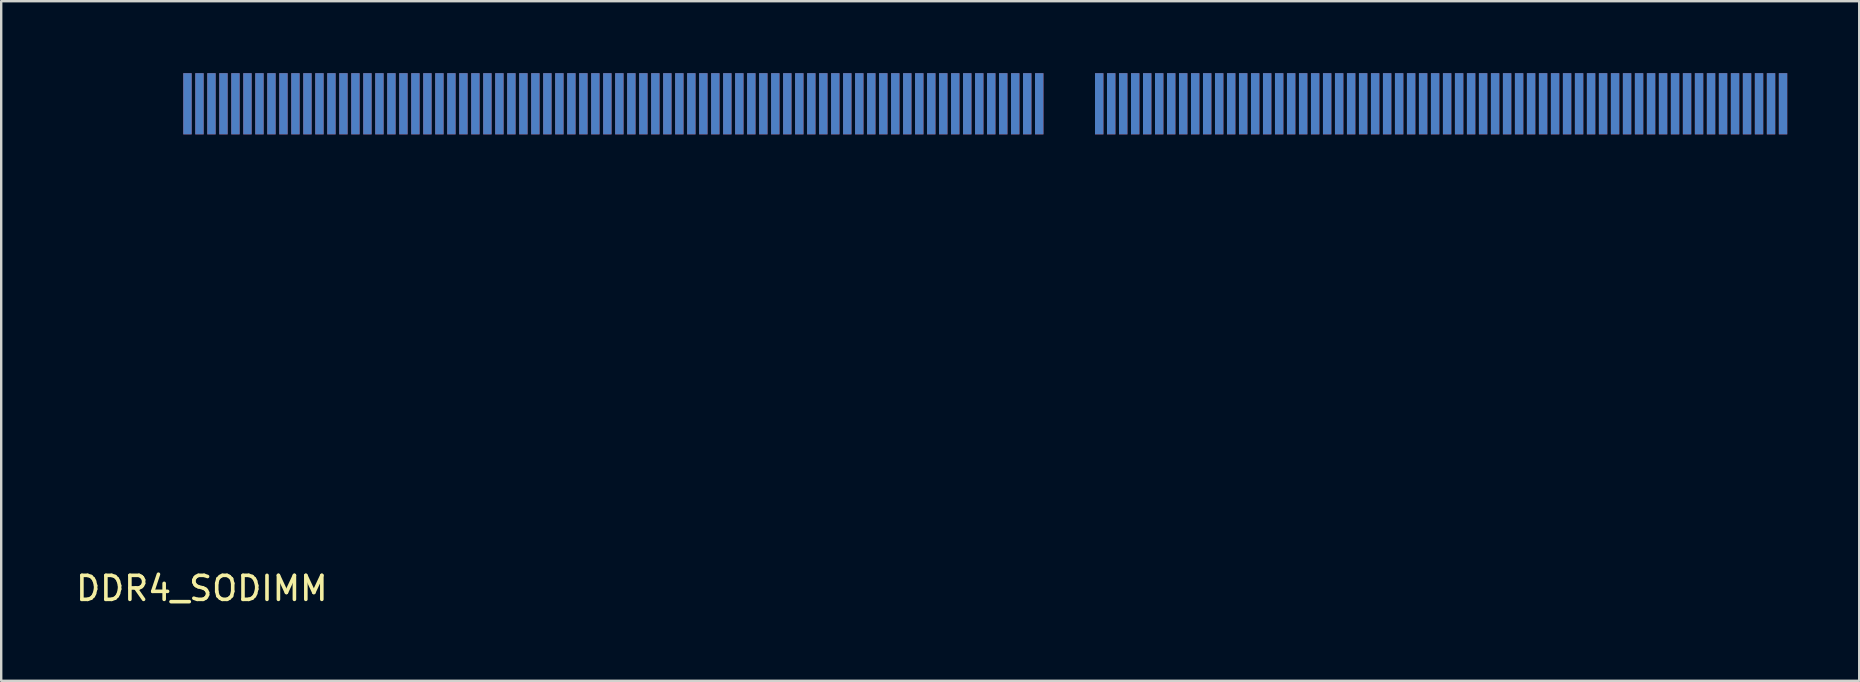
<source format=kicad_pcb>
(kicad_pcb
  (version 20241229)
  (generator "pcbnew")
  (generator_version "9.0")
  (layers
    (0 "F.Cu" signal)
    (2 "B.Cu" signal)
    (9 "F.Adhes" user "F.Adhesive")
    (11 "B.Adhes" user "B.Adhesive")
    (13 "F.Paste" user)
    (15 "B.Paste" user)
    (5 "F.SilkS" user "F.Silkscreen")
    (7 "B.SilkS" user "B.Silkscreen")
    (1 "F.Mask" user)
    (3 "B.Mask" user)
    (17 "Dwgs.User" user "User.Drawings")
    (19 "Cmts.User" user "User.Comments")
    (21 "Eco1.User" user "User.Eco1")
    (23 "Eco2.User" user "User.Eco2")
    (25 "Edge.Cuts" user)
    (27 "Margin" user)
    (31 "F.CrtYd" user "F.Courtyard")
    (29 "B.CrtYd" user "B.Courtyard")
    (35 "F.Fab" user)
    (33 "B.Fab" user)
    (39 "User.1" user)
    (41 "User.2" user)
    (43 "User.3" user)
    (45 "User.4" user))
  (footprint "DDR4_SODIMM"
    (layer "F.Cu")
    (at 4.763 1.275)
    (property "Reference" "DDR4_SODIMM" (at 0.6 20.2 0) (layer "F.SilkS") (effects (font (size 1 1) (thickness 0.15))))
    (attr through_hole)
    (pad "1" smd rect (at 0 0) (size 0.35 2.55) (layers "F.Cu" "F.Mask" "F.Paste"))
    (pad "2" smd rect (at 0 0) (size 0.35 2.55) (layers "B.Cu" "B.Mask" "B.Paste"))
    (pad "3" smd rect (at 0.5 0) (size 0.35 2.55) (layers "F.Cu" "F.Mask" "F.Paste"))
    (pad "4" smd rect (at 0.5 0) (size 0.35 2.55) (layers "B.Cu" "B.Mask" "B.Paste"))
    (pad "5" smd rect (at 1 0) (size 0.35 2.55) (layers "F.Cu" "F.Mask" "F.Paste"))
    (pad "6" smd rect (at 1 0) (size 0.35 2.55) (layers "B.Cu" "B.Mask" "B.Paste"))
    (pad "7" smd rect (at 1.5 0) (size 0.35 2.55) (layers "F.Cu" "F.Mask" "F.Paste"))
    (pad "8" smd rect (at 1.5 0) (size 0.35 2.55) (layers "B.Cu" "B.Mask" "B.Paste"))
    (pad "9" smd rect (at 2 0) (size 0.35 2.55) (layers "F.Cu" "F.Mask" "F.Paste"))
    (pad "10" smd rect (at 2 0) (size 0.35 2.55) (layers "B.Cu" "B.Mask" "B.Paste"))
    (pad "11" smd rect (at 2.5 0) (size 0.35 2.55) (layers "F.Cu" "F.Mask" "F.Paste"))
    (pad "12" smd rect (at 2.5 0) (size 0.35 2.55) (layers "B.Cu" "B.Mask" "B.Paste"))
    (pad "13" smd rect (at 3 0) (size 0.35 2.55) (layers "F.Cu" "F.Mask" "F.Paste"))
    (pad "14" smd rect (at 3 0) (size 0.35 2.55) (layers "B.Cu" "B.Mask" "B.Paste"))
    (pad "15" smd rect (at 3.5 0) (size 0.35 2.55) (layers "F.Cu" "F.Mask" "F.Paste"))
    (pad "16" smd rect (at 3.5 0) (size 0.35 2.55) (layers "B.Cu" "B.Mask" "B.Paste"))
    (pad "17" smd rect (at 4 0) (size 0.35 2.55) (layers "F.Cu" "F.Mask" "F.Paste"))
    (pad "18" smd rect (at 4 0) (size 0.35 2.55) (layers "B.Cu" "B.Mask" "B.Paste"))
    (pad "19" smd rect (at 4.5 0) (size 0.35 2.55) (layers "F.Cu" "F.Mask" "F.Paste"))
    (pad "20" smd rect (at 4.5 0) (size 0.35 2.55) (layers "B.Cu" "B.Mask" "B.Paste"))
    (pad "21" smd rect (at 5 0) (size 0.35 2.55) (layers "F.Cu" "F.Mask" "F.Paste"))
    (pad "22" smd rect (at 5 0) (size 0.35 2.55) (layers "B.Cu" "B.Mask" "B.Paste"))
    (pad "23" smd rect (at 5.5 0) (size 0.35 2.55) (layers "F.Cu" "F.Mask" "F.Paste"))
    (pad "24" smd rect (at 5.5 0) (size 0.35 2.55) (layers "B.Cu" "B.Mask" "B.Paste"))
    (pad "25" smd rect (at 6 0) (size 0.35 2.55) (layers "F.Cu" "F.Mask" "F.Paste"))
    (pad "26" smd rect (at 6 0) (size 0.35 2.55) (layers "B.Cu" "B.Mask" "B.Paste"))
    (pad "27" smd rect (at 6.5 0) (size 0.35 2.55) (layers "F.Cu" "F.Mask" "F.Paste"))
    (pad "28" smd rect (at 6.5 0) (size 0.35 2.55) (layers "B.Cu" "B.Mask" "B.Paste"))
    (pad "29" smd rect (at 7 0) (size 0.35 2.55) (layers "F.Cu" "F.Mask" "F.Paste"))
    (pad "30" smd rect (at 7 0) (size 0.35 2.55) (layers "B.Cu" "B.Mask" "B.Paste"))
    (pad "31" smd rect (at 7.5 0) (size 0.35 2.55) (layers "F.Cu" "F.Mask" "F.Paste"))
    (pad "32" smd rect (at 7.5 0) (size 0.35 2.55) (layers "B.Cu" "B.Mask" "B.Paste"))
    (pad "33" smd rect (at 8 0) (size 0.35 2.55) (layers "F.Cu" "F.Mask" "F.Paste"))
    (pad "34" smd rect (at 8 0) (size 0.35 2.55) (layers "B.Cu" "B.Mask" "B.Paste"))
    (pad "35" smd rect (at 8.5 0) (size 0.35 2.55) (layers "F.Cu" "F.Mask" "F.Paste"))
    (pad "36" smd rect (at 8.5 0) (size 0.35 2.55) (layers "B.Cu" "B.Mask" "B.Paste"))
    (pad "37" smd rect (at 9 0) (size 0.35 2.55) (layers "F.Cu" "F.Mask" "F.Paste"))
    (pad "38" smd rect (at 9 0) (size 0.35 2.55) (layers "B.Cu" "B.Mask" "B.Paste"))
    (pad "39" smd rect (at 9.5 0) (size 0.35 2.55) (layers "F.Cu" "F.Mask" "F.Paste"))
    (pad "40" smd rect (at 9.5 0) (size 0.35 2.55) (layers "B.Cu" "B.Mask" "B.Paste"))
    (pad "41" smd rect (at 10 0) (size 0.35 2.55) (layers "F.Cu" "F.Mask" "F.Paste"))
    (pad "42" smd rect (at 10 0) (size 0.35 2.55) (layers "B.Cu" "B.Mask" "B.Paste"))
    (pad "43" smd rect (at 10.5 0) (size 0.35 2.55) (layers "F.Cu" "F.Mask" "F.Paste"))
    (pad "44" smd rect (at 10.5 0) (size 0.35 2.55) (layers "B.Cu" "B.Mask" "B.Paste"))
    (pad "45" smd rect (at 11 0) (size 0.35 2.55) (layers "F.Cu" "F.Mask" "F.Paste"))
    (pad "46" smd rect (at 11 0) (size 0.35 2.55) (layers "B.Cu" "B.Mask" "B.Paste"))
    (pad "47" smd rect (at 11.5 0) (size 0.35 2.55) (layers "F.Cu" "F.Mask" "F.Paste"))
    (pad "48" smd rect (at 11.5 0) (size 0.35 2.55) (layers "B.Cu" "B.Mask" "B.Paste"))
    (pad "49" smd rect (at 12 0) (size 0.35 2.55) (layers "F.Cu" "F.Mask" "F.Paste"))
    (pad "50" smd rect (at 12 0) (size 0.35 2.55) (layers "B.Cu" "B.Mask" "B.Paste"))
    (pad "51" smd rect (at 12.5 0) (size 0.35 2.55) (layers "F.Cu" "F.Mask" "F.Paste"))
    (pad "52" smd rect (at 12.5 0) (size 0.35 2.55) (layers "B.Cu" "B.Mask" "B.Paste"))
    (pad "53" smd rect (at 13 0) (size 0.35 2.55) (layers "F.Cu" "F.Mask" "F.Paste"))
    (pad "54" smd rect (at 13 0) (size 0.35 2.55) (layers "B.Cu" "B.Mask" "B.Paste"))
    (pad "55" smd rect (at 13.5 0) (size 0.35 2.55) (layers "F.Cu" "F.Mask" "F.Paste"))
    (pad "56" smd rect (at 13.5 0) (size 0.35 2.55) (layers "B.Cu" "B.Mask" "B.Paste"))
    (pad "57" smd rect (at 14 0) (size 0.35 2.55) (layers "F.Cu" "F.Mask" "F.Paste"))
    (pad "58" smd rect (at 14 0) (size 0.35 2.55) (layers "B.Cu" "B.Mask" "B.Paste"))
    (pad "59" smd rect (at 14.5 0) (size 0.35 2.55) (layers "F.Cu" "F.Mask" "F.Paste"))
    (pad "60" smd rect (at 14.5 0) (size 0.35 2.55) (layers "B.Cu" "B.Mask" "B.Paste"))
    (pad "61" smd rect (at 15 0) (size 0.35 2.55) (layers "F.Cu" "F.Mask" "F.Paste"))
    (pad "62" smd rect (at 15 0) (size 0.35 2.55) (layers "B.Cu" "B.Mask" "B.Paste"))
    (pad "63" smd rect (at 15.5 0) (size 0.35 2.55) (layers "F.Cu" "F.Mask" "F.Paste"))
    (pad "64" smd rect (at 15.5 0) (size 0.35 2.55) (layers "B.Cu" "B.Mask" "B.Paste"))
    (pad "65" smd rect (at 16 0) (size 0.35 2.55) (layers "F.Cu" "F.Mask" "F.Paste"))
    (pad "66" smd rect (at 16 0) (size 0.35 2.55) (layers "B.Cu" "B.Mask" "B.Paste"))
    (pad "67" smd rect (at 16.5 0) (size 0.35 2.55) (layers "F.Cu" "F.Mask" "F.Paste"))
    (pad "68" smd rect (at 16.5 0) (size 0.35 2.55) (layers "B.Cu" "B.Mask" "B.Paste"))
    (pad "69" smd rect (at 17 0) (size 0.35 2.55) (layers "F.Cu" "F.Mask" "F.Paste"))
    (pad "70" smd rect (at 17 0) (size 0.35 2.55) (layers "B.Cu" "B.Mask" "B.Paste"))
    (pad "71" smd rect (at 17.5 0) (size 0.35 2.55) (layers "F.Cu" "F.Mask" "F.Paste"))
    (pad "72" smd rect (at 17.5 0) (size 0.35 2.55) (layers "B.Cu" "B.Mask" "B.Paste"))
    (pad "73" smd rect (at 18 0) (size 0.35 2.55) (layers "F.Cu" "F.Mask" "F.Paste"))
    (pad "74" smd rect (at 18 0) (size 0.35 2.55) (layers "B.Cu" "B.Mask" "B.Paste"))
    (pad "75" smd rect (at 18.5 0) (size 0.35 2.55) (layers "F.Cu" "F.Mask" "F.Paste"))
    (pad "76" smd rect (at 18.5 0) (size 0.35 2.55) (layers "B.Cu" "B.Mask" "B.Paste"))
    (pad "77" smd rect (at 19 0) (size 0.35 2.55) (layers "F.Cu" "F.Mask" "F.Paste"))
    (pad "78" smd rect (at 19 0) (size 0.35 2.55) (layers "B.Cu" "B.Mask" "B.Paste"))
    (pad "79" smd rect (at 19.5 0) (size 0.35 2.55) (layers "F.Cu" "F.Mask" "F.Paste"))
    (pad "80" smd rect (at 19.5 0) (size 0.35 2.55) (layers "B.Cu" "B.Mask" "B.Paste"))
    (pad "81" smd rect (at 20 0) (size 0.35 2.55) (layers "F.Cu" "F.Mask" "F.Paste"))
    (pad "82" smd rect (at 20 0) (size 0.35 2.55) (layers "B.Cu" "B.Mask" "B.Paste"))
    (pad "83" smd rect (at 20.5 0) (size 0.35 2.55) (layers "F.Cu" "F.Mask" "F.Paste"))
    (pad "84" smd rect (at 20.5 0) (size 0.35 2.55) (layers "B.Cu" "B.Mask" "B.Paste"))
    (pad "85" smd rect (at 21 0) (size 0.35 2.55) (layers "F.Cu" "F.Mask" "F.Paste"))
    (pad "86" smd rect (at 21 0) (size 0.35 2.55) (layers "B.Cu" "B.Mask" "B.Paste"))
    (pad "87" smd rect (at 21.5 0) (size 0.35 2.55) (layers "F.Cu" "F.Mask" "F.Paste"))
    (pad "88" smd rect (at 21.5 0) (size 0.35 2.55) (layers "B.Cu" "B.Mask" "B.Paste"))
    (pad "89" smd rect (at 22 0) (size 0.35 2.55) (layers "F.Cu" "F.Mask" "F.Paste"))
    (pad "90" smd rect (at 22 0) (size 0.35 2.55) (layers "B.Cu" "B.Mask" "B.Paste"))
    (pad "91" smd rect (at 22.5 0) (size 0.35 2.55) (layers "F.Cu" "F.Mask" "F.Paste"))
    (pad "92" smd rect (at 22.5 0) (size 0.35 2.55) (layers "B.Cu" "B.Mask" "B.Paste"))
    (pad "93" smd rect (at 23 0) (size 0.35 2.55) (layers "F.Cu" "F.Mask" "F.Paste"))
    (pad "94" smd rect (at 23 0) (size 0.35 2.55) (layers "B.Cu" "B.Mask" "B.Paste"))
    (pad "95" smd rect (at 23.5 0) (size 0.35 2.55) (layers "F.Cu" "F.Mask" "F.Paste"))
    (pad "96" smd rect (at 23.5 0) (size 0.35 2.55) (layers "B.Cu" "B.Mask" "B.Paste"))
    (pad "97" smd rect (at 24 0) (size 0.35 2.55) (layers "F.Cu" "F.Mask" "F.Paste"))
    (pad "98" smd rect (at 24 0) (size 0.35 2.55) (layers "B.Cu" "B.Mask" "B.Paste"))
    (pad "99" smd rect (at 24.5 0) (size 0.35 2.55) (layers "F.Cu" "F.Mask" "F.Paste"))
    (pad "100" smd rect (at 24.5 0) (size 0.35 2.55) (layers "B.Cu" "B.Mask" "B.Paste"))
    (pad "101" smd rect (at 25 0) (size 0.35 2.55) (layers "F.Cu" "F.Mask" "F.Paste"))
    (pad "102" smd rect (at 25 0) (size 0.35 2.55) (layers "B.Cu" "B.Mask" "B.Paste"))
    (pad "103" smd rect (at 25.5 0) (size 0.35 2.55) (layers "F.Cu" "F.Mask" "F.Paste"))
    (pad "104" smd rect (at 25.5 0) (size 0.35 2.55) (layers "B.Cu" "B.Mask" "B.Paste"))
    (pad "105" smd rect (at 26 0) (size 0.35 2.55) (layers "F.Cu" "F.Mask" "F.Paste"))
    (pad "106" smd rect (at 26 0) (size 0.35 2.55) (layers "B.Cu" "B.Mask" "B.Paste"))
    (pad "107" smd rect (at 26.5 0) (size 0.35 2.55) (layers "F.Cu" "F.Mask" "F.Paste"))
    (pad "108" smd rect (at 26.5 0) (size 0.35 2.55) (layers "B.Cu" "B.Mask" "B.Paste"))
    (pad "109" smd rect (at 27 0) (size 0.35 2.55) (layers "F.Cu" "F.Mask" "F.Paste"))
    (pad "110" smd rect (at 27 0) (size 0.35 2.55) (layers "B.Cu" "B.Mask" "B.Paste"))
    (pad "111" smd rect (at 27.5 0) (size 0.35 2.55) (layers "F.Cu" "F.Mask" "F.Paste"))
    (pad "112" smd rect (at 27.5 0) (size 0.35 2.55) (layers "B.Cu" "B.Mask" "B.Paste"))
    (pad "113" smd rect (at 28 0) (size 0.35 2.55) (layers "F.Cu" "F.Mask" "F.Paste"))
    (pad "114" smd rect (at 28 0) (size 0.35 2.55) (layers "B.Cu" "B.Mask" "B.Paste"))
    (pad "115" smd rect (at 28.5 0) (size 0.35 2.55) (layers "F.Cu" "F.Mask" "F.Paste"))
    (pad "116" smd rect (at 28.5 0) (size 0.35 2.55) (layers "B.Cu" "B.Mask" "B.Paste"))
    (pad "117" smd rect (at 29 0) (size 0.35 2.55) (layers "F.Cu" "F.Mask" "F.Paste"))
    (pad "118" smd rect (at 29 0) (size 0.35 2.55) (layers "B.Cu" "B.Mask" "B.Paste"))
    (pad "119" smd rect (at 29.5 0) (size 0.35 2.55) (layers "F.Cu" "F.Mask" "F.Paste"))
    (pad "120" smd rect (at 29.5 0) (size 0.35 2.55) (layers "B.Cu" "B.Mask" "B.Paste"))
    (pad "121" smd rect (at 30 0) (size 0.35 2.55) (layers "F.Cu" "F.Mask" "F.Paste"))
    (pad "122" smd rect (at 30 0) (size 0.35 2.55) (layers "B.Cu" "B.Mask" "B.Paste"))
    (pad "123" smd rect (at 30.5 0) (size 0.35 2.55) (layers "F.Cu" "F.Mask" "F.Paste"))
    (pad "124" smd rect (at 30.5 0) (size 0.35 2.55) (layers "B.Cu" "B.Mask" "B.Paste"))
    (pad "125" smd rect (at 31 0) (size 0.35 2.55) (layers "F.Cu" "F.Mask" "F.Paste"))
    (pad "126" smd rect (at 31 0) (size 0.35 2.55) (layers "B.Cu" "B.Mask" "B.Paste"))
    (pad "127" smd rect (at 31.5 0) (size 0.35 2.55) (layers "F.Cu" "F.Mask" "F.Paste"))
    (pad "128" smd rect (at 31.5 0) (size 0.35 2.55) (layers "B.Cu" "B.Mask" "B.Paste"))
    (pad "129" smd rect (at 32 0) (size 0.35 2.55) (layers "F.Cu" "F.Mask" "F.Paste"))
    (pad "130" smd rect (at 32 0) (size 0.35 2.55) (layers "B.Cu" "B.Mask" "B.Paste"))
    (pad "131" smd rect (at 32.5 0) (size 0.35 2.55) (layers "F.Cu" "F.Mask" "F.Paste"))
    (pad "132" smd rect (at 32.5 0) (size 0.35 2.55) (layers "B.Cu" "B.Mask" "B.Paste"))
    (pad "133" smd rect (at 33 0) (size 0.35 2.55) (layers "F.Cu" "F.Mask" "F.Paste"))
    (pad "134" smd rect (at 33 0) (size 0.35 2.55) (layers "B.Cu" "B.Mask" "B.Paste"))
    (pad "135" smd rect (at 33.5 0) (size 0.35 2.55) (layers "F.Cu" "F.Mask" "F.Paste"))
    (pad "136" smd rect (at 33.5 0) (size 0.35 2.55) (layers "B.Cu" "B.Mask" "B.Paste"))
    (pad "137" smd rect (at 34 0) (size 0.35 2.55) (layers "F.Cu" "F.Mask" "F.Paste"))
    (pad "138" smd rect (at 34 0) (size 0.35 2.55) (layers "B.Cu" "B.Mask" "B.Paste"))
    (pad "139" smd rect (at 34.5 0) (size 0.35 2.55) (layers "F.Cu" "F.Mask" "F.Paste"))
    (pad "140" smd rect (at 34.5 0) (size 0.35 2.55) (layers "B.Cu" "B.Mask" "B.Paste"))
    (pad "141" smd rect (at 35 0) (size 0.35 2.55) (layers "F.Cu" "F.Mask" "F.Paste"))
    (pad "142" smd rect (at 35 0) (size 0.35 2.55) (layers "B.Cu" "B.Mask" "B.Paste"))
    (pad "143" smd rect (at 35.5 0) (size 0.35 2.55) (layers "F.Cu" "F.Mask" "F.Paste"))
    (pad "144" smd rect (at 35.5 0) (size 0.35 2.55) (layers "B.Cu" "B.Mask" "B.Paste"))
    (pad "145" smd rect (at 38 0) (size 0.35 2.55) (layers "F.Cu" "F.Mask" "F.Paste"))
    (pad "146" smd rect (at 38 0) (size 0.35 2.55) (layers "B.Cu" "B.Mask" "B.Paste"))
    (pad "147" smd rect (at 38.5 0) (size 0.35 2.55) (layers "F.Cu" "F.Mask" "F.Paste"))
    (pad "148" smd rect (at 38.5 0) (size 0.35 2.55) (layers "B.Cu" "B.Mask" "B.Paste"))
    (pad "149" smd rect (at 39 0) (size 0.35 2.55) (layers "F.Cu" "F.Mask" "F.Paste"))
    (pad "150" smd rect (at 39 0) (size 0.35 2.55) (layers "B.Cu" "B.Mask" "B.Paste"))
    (pad "151" smd rect (at 39.5 0) (size 0.35 2.55) (layers "F.Cu" "F.Mask" "F.Paste"))
    (pad "152" smd rect (at 39.5 0) (size 0.35 2.55) (layers "B.Cu" "B.Mask" "B.Paste"))
    (pad "153" smd rect (at 40 0) (size 0.35 2.55) (layers "F.Cu" "F.Mask" "F.Paste"))
    (pad "154" smd rect (at 40 0) (size 0.35 2.55) (layers "B.Cu" "B.Mask" "B.Paste"))
    (pad "155" smd rect (at 40.5 0) (size 0.35 2.55) (layers "F.Cu" "F.Mask" "F.Paste"))
    (pad "156" smd rect (at 40.5 0) (size 0.35 2.55) (layers "B.Cu" "B.Mask" "B.Paste"))
    (pad "157" smd rect (at 41 0) (size 0.35 2.55) (layers "F.Cu" "F.Mask" "F.Paste"))
    (pad "158" smd rect (at 41 0) (size 0.35 2.55) (layers "B.Cu" "B.Mask" "B.Paste"))
    (pad "159" smd rect (at 41.5 0) (size 0.35 2.55) (layers "F.Cu" "F.Mask" "F.Paste"))
    (pad "160" smd rect (at 41.5 0) (size 0.35 2.55) (layers "B.Cu" "B.Mask" "B.Paste"))
    (pad "161" smd rect (at 42 0) (size 0.35 2.55) (layers "F.Cu" "F.Mask" "F.Paste"))
    (pad "162" smd rect (at 42 0) (size 0.35 2.55) (layers "B.Cu" "B.Mask" "B.Paste"))
    (pad "163" smd rect (at 42.5 0) (size 0.35 2.55) (layers "F.Cu" "F.Mask" "F.Paste"))
    (pad "164" smd rect (at 42.5 0) (size 0.35 2.55) (layers "B.Cu" "B.Mask" "B.Paste"))
    (pad "165" smd rect (at 43 0) (size 0.35 2.55) (layers "F.Cu" "F.Mask" "F.Paste"))
    (pad "166" smd rect (at 43 0) (size 0.35 2.55) (layers "B.Cu" "B.Mask" "B.Paste"))
    (pad "167" smd rect (at 43.5 0) (size 0.35 2.55) (layers "F.Cu" "F.Mask" "F.Paste"))
    (pad "168" smd rect (at 43.5 0) (size 0.35 2.55) (layers "B.Cu" "B.Mask" "B.Paste"))
    (pad "169" smd rect (at 44 0) (size 0.35 2.55) (layers "F.Cu" "F.Mask" "F.Paste"))
    (pad "170" smd rect (at 44 0) (size 0.35 2.55) (layers "B.Cu" "B.Mask" "B.Paste"))
    (pad "171" smd rect (at 44.5 0) (size 0.35 2.55) (layers "F.Cu" "F.Mask" "F.Paste"))
    (pad "172" smd rect (at 44.5 0) (size 0.35 2.55) (layers "B.Cu" "B.Mask" "B.Paste"))
    (pad "173" smd rect (at 45 0) (size 0.35 2.55) (layers "F.Cu" "F.Mask" "F.Paste"))
    (pad "174" smd rect (at 45 0) (size 0.35 2.55) (layers "B.Cu" "B.Mask" "B.Paste"))
    (pad "175" smd rect (at 45.5 0) (size 0.35 2.55) (layers "F.Cu" "F.Mask" "F.Paste"))
    (pad "176" smd rect (at 45.5 0) (size 0.35 2.55) (layers "B.Cu" "B.Mask" "B.Paste"))
    (pad "177" smd rect (at 46 0) (size 0.35 2.55) (layers "F.Cu" "F.Mask" "F.Paste"))
    (pad "178" smd rect (at 46 0) (size 0.35 2.55) (layers "B.Cu" "B.Mask" "B.Paste"))
    (pad "179" smd rect (at 46.5 0) (size 0.35 2.55) (layers "F.Cu" "F.Mask" "F.Paste"))
    (pad "180" smd rect (at 46.5 0) (size 0.35 2.55) (layers "B.Cu" "B.Mask" "B.Paste"))
    (pad "181" smd rect (at 47 0) (size 0.35 2.55) (layers "F.Cu" "F.Mask" "F.Paste"))
    (pad "182" smd rect (at 47 0) (size 0.35 2.55) (layers "B.Cu" "B.Mask" "B.Paste"))
    (pad "183" smd rect (at 47.5 0) (size 0.35 2.55) (layers "F.Cu" "F.Mask" "F.Paste"))
    (pad "184" smd rect (at 47.5 0) (size 0.35 2.55) (layers "B.Cu" "B.Mask" "B.Paste"))
    (pad "185" smd rect (at 48 0) (size 0.35 2.55) (layers "F.Cu" "F.Mask" "F.Paste"))
    (pad "186" smd rect (at 48 0) (size 0.35 2.55) (layers "B.Cu" "B.Mask" "B.Paste"))
    (pad "187" smd rect (at 48.5 0) (size 0.35 2.55) (layers "F.Cu" "F.Mask" "F.Paste"))
    (pad "188" smd rect (at 48.5 0) (size 0.35 2.55) (layers "B.Cu" "B.Mask" "B.Paste"))
    (pad "189" smd rect (at 49 0) (size 0.35 2.55) (layers "F.Cu" "F.Mask" "F.Paste"))
    (pad "190" smd rect (at 49 0) (size 0.35 2.55) (layers "B.Cu" "B.Mask" "B.Paste"))
    (pad "191" smd rect (at 49.5 0) (size 0.35 2.55) (layers "F.Cu" "F.Mask" "F.Paste"))
    (pad "192" smd rect (at 49.5 0) (size 0.35 2.55) (layers "B.Cu" "B.Mask" "B.Paste"))
    (pad "193" smd rect (at 50 0) (size 0.35 2.55) (layers "F.Cu" "F.Mask" "F.Paste"))
    (pad "194" smd rect (at 50 0) (size 0.35 2.55) (layers "B.Cu" "B.Mask" "B.Paste"))
    (pad "195" smd rect (at 50.5 0) (size 0.35 2.55) (layers "F.Cu" "F.Mask" "F.Paste"))
    (pad "196" smd rect (at 50.5 0) (size 0.35 2.55) (layers "B.Cu" "B.Mask" "B.Paste"))
    (pad "197" smd rect (at 51 0) (size 0.35 2.55) (layers "F.Cu" "F.Mask" "F.Paste"))
    (pad "198" smd rect (at 51 0) (size 0.35 2.55) (layers "B.Cu" "B.Mask" "B.Paste"))
    (pad "199" smd rect (at 51.5 0) (size 0.35 2.55) (layers "F.Cu" "F.Mask" "F.Paste"))
    (pad "200" smd rect (at 51.5 0) (size 0.35 2.55) (layers "B.Cu" "B.Mask" "B.Paste"))
    (pad "201" smd rect (at 52 0) (size 0.35 2.55) (layers "F.Cu" "F.Mask" "F.Paste"))
    (pad "202" smd rect (at 52 0) (size 0.35 2.55) (layers "B.Cu" "B.Mask" "B.Paste"))
    (pad "203" smd rect (at 52.5 0) (size 0.35 2.55) (layers "F.Cu" "F.Mask" "F.Paste"))
    (pad "204" smd rect (at 52.5 0) (size 0.35 2.55) (layers "B.Cu" "B.Mask" "B.Paste"))
    (pad "205" smd rect (at 53 0) (size 0.35 2.55) (layers "F.Cu" "F.Mask" "F.Paste"))
    (pad "206" smd rect (at 53 0) (size 0.35 2.55) (layers "B.Cu" "B.Mask" "B.Paste"))
    (pad "207" smd rect (at 53.5 0) (size 0.35 2.55) (layers "F.Cu" "F.Mask" "F.Paste"))
    (pad "208" smd rect (at 53.5 0) (size 0.35 2.55) (layers "B.Cu" "B.Mask" "B.Paste"))
    (pad "209" smd rect (at 54 0) (size 0.35 2.55) (layers "F.Cu" "F.Mask" "F.Paste"))
    (pad "210" smd rect (at 54 0) (size 0.35 2.55) (layers "B.Cu" "B.Mask" "B.Paste"))
    (pad "211" smd rect (at 54.5 0) (size 0.35 2.55) (layers "F.Cu" "F.Mask" "F.Paste"))
    (pad "212" smd rect (at 54.5 0) (size 0.35 2.55) (layers "B.Cu" "B.Mask" "B.Paste"))
    (pad "213" smd rect (at 55 0) (size 0.35 2.55) (layers "F.Cu" "F.Mask" "F.Paste"))
    (pad "214" smd rect (at 55 0) (size 0.35 2.55) (layers "B.Cu" "B.Mask" "B.Paste"))
    (pad "215" smd rect (at 55.5 0) (size 0.35 2.55) (layers "F.Cu" "F.Mask" "F.Paste"))
    (pad "216" smd rect (at 55.5 0) (size 0.35 2.55) (layers "B.Cu" "B.Mask" "B.Paste"))
    (pad "217" smd rect (at 56 0) (size 0.35 2.55) (layers "F.Cu" "F.Mask" "F.Paste"))
    (pad "218" smd rect (at 56 0) (size 0.35 2.55) (layers "B.Cu" "B.Mask" "B.Paste"))
    (pad "219" smd rect (at 56.5 0) (size 0.35 2.55) (layers "F.Cu" "F.Mask" "F.Paste"))
    (pad "220" smd rect (at 56.5 0) (size 0.35 2.55) (layers "B.Cu" "B.Mask" "B.Paste"))
    (pad "221" smd rect (at 57 0) (size 0.35 2.55) (layers "F.Cu" "F.Mask" "F.Paste"))
    (pad "222" smd rect (at 57 0) (size 0.35 2.55) (layers "B.Cu" "B.Mask" "B.Paste"))
    (pad "223" smd rect (at 57.5 0) (size 0.35 2.55) (layers "F.Cu" "F.Mask" "F.Paste"))
    (pad "224" smd rect (at 57.5 0) (size 0.35 2.55) (layers "B.Cu" "B.Mask" "B.Paste"))
    (pad "225" smd rect (at 58 0) (size 0.35 2.55) (layers "F.Cu" "F.Mask" "F.Paste"))
    (pad "226" smd rect (at 58 0) (size 0.35 2.55) (layers "B.Cu" "B.Mask" "B.Paste"))
    (pad "227" smd rect (at 58.5 0) (size 0.35 2.55) (layers "F.Cu" "F.Mask" "F.Paste"))
    (pad "228" smd rect (at 58.5 0) (size 0.35 2.55) (layers "B.Cu" "B.Mask" "B.Paste"))
    (pad "229" smd rect (at 59 0) (size 0.35 2.55) (layers "F.Cu" "F.Mask" "F.Paste"))
    (pad "230" smd rect (at 59 0) (size 0.35 2.55) (layers "B.Cu" "B.Mask" "B.Paste"))
    (pad "231" smd rect (at 59.5 0) (size 0.35 2.55) (layers "F.Cu" "F.Mask" "F.Paste"))
    (pad "232" smd rect (at 59.5 0) (size 0.35 2.55) (layers "B.Cu" "B.Mask" "B.Paste"))
    (pad "233" smd rect (at 60 0) (size 0.35 2.55) (layers "F.Cu" "F.Mask" "F.Paste"))
    (pad "234" smd rect (at 60 0) (size 0.35 2.55) (layers "B.Cu" "B.Mask" "B.Paste"))
    (pad "235" smd rect (at 60.5 0) (size 0.35 2.55) (layers "F.Cu" "F.Mask" "F.Paste"))
    (pad "236" smd rect (at 60.5 0) (size 0.35 2.55) (layers "B.Cu" "B.Mask" "B.Paste"))
    (pad "237" smd rect (at 61 0) (size 0.35 2.55) (layers "F.Cu" "F.Mask" "F.Paste"))
    (pad "238" smd rect (at 61 0) (size 0.35 2.55) (layers "B.Cu" "B.Mask" "B.Paste"))
    (pad "239" smd rect (at 61.5 0) (size 0.35 2.55) (layers "F.Cu" "F.Mask" "F.Paste"))
    (pad "240" smd rect (at 61.5 0) (size 0.35 2.55) (layers "B.Cu" "B.Mask" "B.Paste"))
    (pad "241" smd rect (at 62 0) (size 0.35 2.55) (layers "F.Cu" "F.Mask" "F.Paste"))
    (pad "242" smd rect (at 62 0) (size 0.35 2.55) (layers "B.Cu" "B.Mask" "B.Paste"))
    (pad "243" smd rect (at 62.5 0) (size 0.35 2.55) (layers "F.Cu" "F.Mask" "F.Paste"))
    (pad "244" smd rect (at 62.5 0) (size 0.35 2.55) (layers "B.Cu" "B.Mask" "B.Paste"))
    (pad "245" smd rect (at 63 0) (size 0.35 2.55) (layers "F.Cu" "F.Mask" "F.Paste"))
    (pad "246" smd rect (at 63 0) (size 0.35 2.55) (layers "B.Cu" "B.Mask" "B.Paste"))
    (pad "247" smd rect (at 63.5 0) (size 0.35 2.55) (layers "F.Cu" "F.Mask" "F.Paste"))
    (pad "248" smd rect (at 63.5 0) (size 0.35 2.55) (layers "B.Cu" "B.Mask" "B.Paste"))
    (pad "249" smd rect (at 64 0) (size 0.35 2.55) (layers "F.Cu" "F.Mask" "F.Paste"))
    (pad "250" smd rect (at 64 0) (size 0.35 2.55) (layers "B.Cu" "B.Mask" "B.Paste"))
    (pad "251" smd rect (at 64.5 0) (size 0.35 2.55) (layers "F.Cu" "F.Mask" "F.Paste"))
    (pad "252" smd rect (at 64.5 0) (size 0.35 2.55) (layers "B.Cu" "B.Mask" "B.Paste"))
    (pad "253" smd rect (at 65 0) (size 0.35 2.55) (layers "F.Cu" "F.Mask" "F.Paste"))
    (pad "254" smd rect (at 65 0) (size 0.35 2.55) (layers "B.Cu" "B.Mask" "B.Paste"))
    (pad "255" smd rect (at 65.5 0) (size 0.35 2.55) (layers "F.Cu" "F.Mask" "F.Paste"))
    (pad "256" smd rect (at 65.5 0) (size 0.35 2.55) (layers "B.Cu" "B.Mask" "B.Paste"))
    (pad "257" smd rect (at 66 0) (size 0.35 2.55) (layers "F.Cu" "F.Mask" "F.Paste"))
    (pad "258" smd rect (at 66 0) (size 0.35 2.55) (layers "B.Cu" "B.Mask" "B.Paste"))
    (pad "259" smd rect (at 66.5 0) (size 0.35 2.55) (layers "F.Cu" "F.Mask" "F.Paste"))
    (pad "260" smd rect (at 66.5 0) (size 0.35 2.55) (layers "B.Cu" "B.Mask" "B.Paste")))
  (gr_rect
    (start -3 -3)
    (end 74.438 25.323)
    (stroke (width 0.1) (type default))
    (fill no)
    (layer "Edge.Cuts")))
</source>
